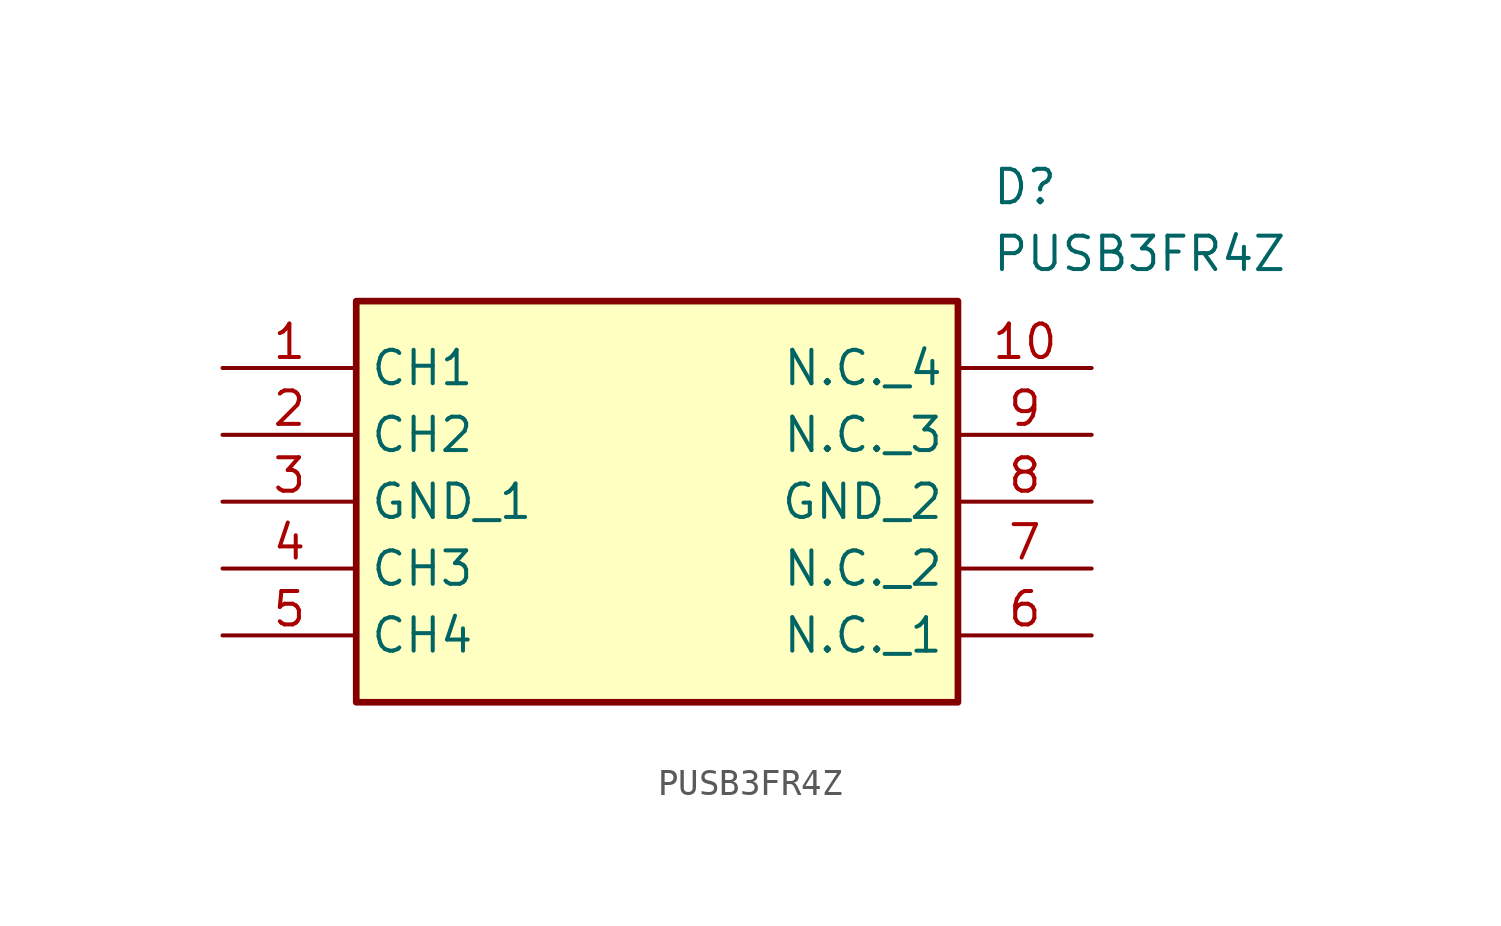
<source format=kicad_sym>
(kicad_symbol_lib
  (version 20220914)
  (generator kicad_symbol_editor)
  (symbol "PUSB3FR4Z"
    (property "Reference" "D"
      (at 29.21 7.62 0)
      (effects (font (size 1.27 1.27)) (justify left top)))
    (property "Value" "PUSB3FR4Z"
      (at 29.21 5.08 0)
      (effects (font (size 1.27 1.27)) (justify left top)))
    (symbol "PUSB3FR4Z_1_1"
      (rectangle (start 5.08 2.54) (end 27.94 -12.7) (stroke (width 0.254) (type default)) (fill (type background)))
      (pin passive line (at 0 0 0) (length 5.08) (name "CH1" (effects (font (size 1.27 1.27)))) (number "1" (effects (font (size 1.27 1.27)))))
      (pin passive line (at 33.02 0 180) (length 5.08) (name "N.C._4" (effects (font (size 1.27 1.27)))) (number "10" (effects (font (size 1.27 1.27)))))
      (pin passive line (at 0 -2.54 0) (length 5.08) (name "CH2" (effects (font (size 1.27 1.27)))) (number "2" (effects (font (size 1.27 1.27)))))
      (pin passive line (at 0 -5.08 0) (length 5.08) (name "GND_1" (effects (font (size 1.27 1.27)))) (number "3" (effects (font (size 1.27 1.27)))))
      (pin passive line (at 0 -7.62 0) (length 5.08) (name "CH3" (effects (font (size 1.27 1.27)))) (number "4" (effects (font (size 1.27 1.27)))))
      (pin passive line (at 0 -10.16 0) (length 5.08) (name "CH4" (effects (font (size 1.27 1.27)))) (number "5" (effects (font (size 1.27 1.27)))))
      (pin passive line (at 33.02 -10.16 180) (length 5.08) (name "N.C._1" (effects (font (size 1.27 1.27)))) (number "6" (effects (font (size 1.27 1.27)))))
      (pin passive line (at 33.02 -7.62 180) (length 5.08) (name "N.C._2" (effects (font (size 1.27 1.27)))) (number "7" (effects (font (size 1.27 1.27)))))
      (pin passive line (at 33.02 -5.08 180) (length 5.08) (name "GND_2" (effects (font (size 1.27 1.27)))) (number "8" (effects (font (size 1.27 1.27)))))
      (pin passive line (at 33.02 -2.54 180) (length 5.08) (name "N.C._3" (effects (font (size 1.27 1.27)))) (number "9" (effects (font (size 1.27 1.27))))))))
</source>
